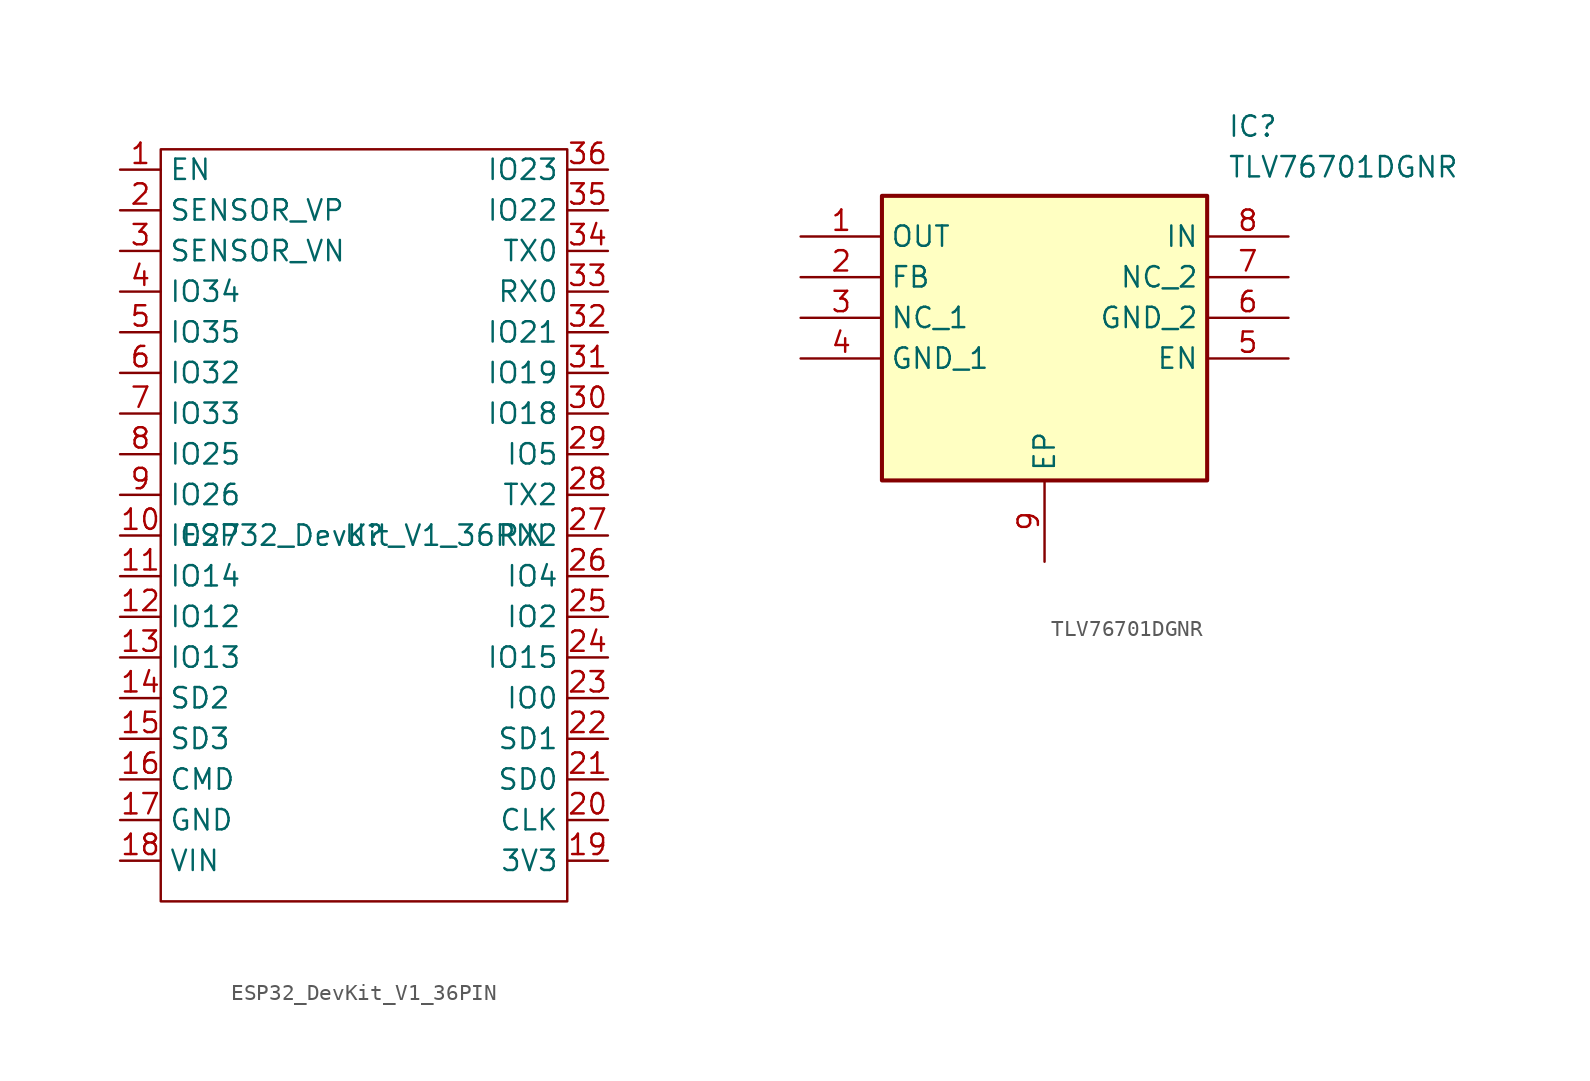
<source format=kicad_sym>
(kicad_symbol_lib
  (version 20220914)
  (generator kicad_symbol_editor)
  (symbol "ESP32_DevKit_V1_36PIN"
    (property "Reference" "U"
      (at 0 0 0)
      (effects (font (size 1.27 1.27))))
    (property "Value" "ESP32_DevKit_V1_36PIN"
      (at 0 0 0)
      (effects (font (size 1.27 1.27))))
    (symbol "ESP32_DevKit_V1_36PIN_0_0"
      (pin bidirectional line (at 15.24 17.78 180) (length 2.54) (name "TX0" (effects (font (size 1.27 1.27)))) (number "34" (effects (font (size 1.27 1.27)))))
      (pin bidirectional line (at 15.24 20.32 180) (length 2.54) (name "IO22" (effects (font (size 1.27 1.27)))) (number "35" (effects (font (size 1.27 1.27)))))
      (pin bidirectional line (at 15.24 22.86 180) (length 2.54) (name "IO23" (effects (font (size 1.27 1.27)))) (number "36" (effects (font (size 1.27 1.27))))))
    (symbol "ESP32_DevKit_V1_36PIN_0_1"
      (rectangle (start -12.7 24.13) (end 12.7 -22.86) (stroke (width 0) (type default)) (fill (type none))))
    (symbol "ESP32_DevKit_V1_36PIN_1_1"
      (pin input line (at -15.24 22.86 0) (length 2.54) (name "EN" (effects (font (size 1.27 1.27)))) (number "1" (effects (font (size 1.27 1.27)))))
      (pin bidirectional line (at -15.24 0 0) (length 2.54) (name "IO27" (effects (font (size 1.27 1.27)))) (number "10" (effects (font (size 1.27 1.27)))))
      (pin bidirectional line (at -15.24 -2.54 0) (length 2.54) (name "IO14" (effects (font (size 1.27 1.27)))) (number "11" (effects (font (size 1.27 1.27)))))
      (pin bidirectional line (at -15.24 -5.08 0) (length 2.54) (name "IO12" (effects (font (size 1.27 1.27)))) (number "12" (effects (font (size 1.27 1.27)))))
      (pin bidirectional line (at -15.24 -7.62 0) (length 2.54) (name "IO13" (effects (font (size 1.27 1.27)))) (number "13" (effects (font (size 1.27 1.27)))))
      (pin bidirectional line (at -15.24 -10.16 0) (length 2.54) (name "SD2" (effects (font (size 1.27 1.27)))) (number "14" (effects (font (size 1.27 1.27)))))
      (pin bidirectional line (at -15.24 -12.7 0) (length 2.54) (name "SD3" (effects (font (size 1.27 1.27)))) (number "15" (effects (font (size 1.27 1.27)))))
      (pin bidirectional line (at -15.24 -15.24 0) (length 2.54) (name "CMD" (effects (font (size 1.27 1.27)))) (number "16" (effects (font (size 1.27 1.27)))))
      (pin power_in line (at -15.24 -17.78 0) (length 2.54) (name "GND" (effects (font (size 1.27 1.27)))) (number "17" (effects (font (size 1.27 1.27)))))
      (pin power_in line (at -15.24 -20.32 0) (length 2.54) (name "VIN" (effects (font (size 1.27 1.27)))) (number "18" (effects (font (size 1.27 1.27)))))
      (pin power_in line (at 15.24 -20.32 180) (length 2.54) (name "3V3" (effects (font (size 1.27 1.27)))) (number "19" (effects (font (size 1.27 1.27)))))
      (pin input line (at -15.24 20.32 0) (length 2.54) (name "SENSOR_VP" (effects (font (size 1.27 1.27)))) (number "2" (effects (font (size 1.27 1.27)))))
      (pin bidirectional line (at 15.24 -17.78 180) (length 2.54) (name "CLK" (effects (font (size 1.27 1.27)))) (number "20" (effects (font (size 1.27 1.27)))))
      (pin bidirectional line (at 15.24 -15.24 180) (length 2.54) (name "SD0" (effects (font (size 1.27 1.27)))) (number "21" (effects (font (size 1.27 1.27)))))
      (pin bidirectional line (at 15.24 -12.7 180) (length 2.54) (name "SD1" (effects (font (size 1.27 1.27)))) (number "22" (effects (font (size 1.27 1.27)))))
      (pin bidirectional line (at 15.24 -10.16 180) (length 2.54) (name "IO0" (effects (font (size 1.27 1.27)))) (number "23" (effects (font (size 1.27 1.27)))))
      (pin bidirectional line (at 15.24 -7.62 180) (length 2.54) (name "IO15" (effects (font (size 1.27 1.27)))) (number "24" (effects (font (size 1.27 1.27)))))
      (pin bidirectional line (at 15.24 -5.08 180) (length 2.54) (name "IO2" (effects (font (size 1.27 1.27)))) (number "25" (effects (font (size 1.27 1.27)))))
      (pin bidirectional line (at 15.24 -2.54 180) (length 2.54) (name "IO4" (effects (font (size 1.27 1.27)))) (number "26" (effects (font (size 1.27 1.27)))))
      (pin bidirectional line (at 15.24 0 180) (length 2.54) (name "RX2" (effects (font (size 1.27 1.27)))) (number "27" (effects (font (size 1.27 1.27)))))
      (pin bidirectional line (at 15.24 2.54 180) (length 2.54) (name "TX2" (effects (font (size 1.27 1.27)))) (number "28" (effects (font (size 1.27 1.27)))))
      (pin bidirectional line (at 15.24 5.08 180) (length 2.54) (name "IO5" (effects (font (size 1.27 1.27)))) (number "29" (effects (font (size 1.27 1.27)))))
      (pin input line (at -15.24 17.78 0) (length 2.54) (name "SENSOR_VN" (effects (font (size 1.27 1.27)))) (number "3" (effects (font (size 1.27 1.27)))))
      (pin bidirectional line (at 15.24 7.62 180) (length 2.54) (name "IO18" (effects (font (size 1.27 1.27)))) (number "30" (effects (font (size 1.27 1.27)))))
      (pin bidirectional line (at 15.24 10.16 180) (length 2.54) (name "IO19" (effects (font (size 1.27 1.27)))) (number "31" (effects (font (size 1.27 1.27)))))
      (pin bidirectional line (at 15.24 12.7 180) (length 2.54) (name "IO21" (effects (font (size 1.27 1.27)))) (number "32" (effects (font (size 1.27 1.27)))))
      (pin bidirectional line (at 15.24 15.24 180) (length 2.54) (name "RX0" (effects (font (size 1.27 1.27)))) (number "33" (effects (font (size 1.27 1.27)))))
      (pin input line (at -15.24 15.24 0) (length 2.54) (name "IO34" (effects (font (size 1.27 1.27)))) (number "4" (effects (font (size 1.27 1.27)))))
      (pin input line (at -15.24 12.7 0) (length 2.54) (name "IO35" (effects (font (size 1.27 1.27)))) (number "5" (effects (font (size 1.27 1.27)))))
      (pin bidirectional line (at -15.24 10.16 0) (length 2.54) (name "IO32" (effects (font (size 1.27 1.27)))) (number "6" (effects (font (size 1.27 1.27)))))
      (pin bidirectional line (at -15.24 7.62 0) (length 2.54) (name "IO33" (effects (font (size 1.27 1.27)))) (number "7" (effects (font (size 1.27 1.27)))))
      (pin bidirectional line (at -15.24 5.08 0) (length 2.54) (name "IO25" (effects (font (size 1.27 1.27)))) (number "8" (effects (font (size 1.27 1.27)))))
      (pin bidirectional line (at -15.24 2.54 0) (length 2.54) (name "IO26" (effects (font (size 1.27 1.27)))) (number "9" (effects (font (size 1.27 1.27)))))))
  (symbol "TLV76701DGNR"
    (property "Reference" "IC"
      (at 26.67 7.62 0)
      (effects (font (size 1.27 1.27)) (justify left top)))
    (property "Value" "TLV76701DGNR"
      (at 26.67 5.08 0)
      (effects (font (size 1.27 1.27)) (justify left top)))
    (symbol "TLV76701DGNR_1_1"
      (rectangle (start 5.08 2.54) (end 25.4 -15.24) (stroke (width 0.254) (type default)) (fill (type background)))
      (pin passive line (at 0 0 0) (length 5.08) (name "OUT" (effects (font (size 1.27 1.27)))) (number "1" (effects (font (size 1.27 1.27)))))
      (pin passive line (at 0 -2.54 0) (length 5.08) (name "FB" (effects (font (size 1.27 1.27)))) (number "2" (effects (font (size 1.27 1.27)))))
      (pin passive line (at 0 -5.08 0) (length 5.08) (name "NC_1" (effects (font (size 1.27 1.27)))) (number "3" (effects (font (size 1.27 1.27)))))
      (pin passive line (at 0 -7.62 0) (length 5.08) (name "GND_1" (effects (font (size 1.27 1.27)))) (number "4" (effects (font (size 1.27 1.27)))))
      (pin passive line (at 30.48 -7.62 180) (length 5.08) (name "EN" (effects (font (size 1.27 1.27)))) (number "5" (effects (font (size 1.27 1.27)))))
      (pin passive line (at 30.48 -5.08 180) (length 5.08) (name "GND_2" (effects (font (size 1.27 1.27)))) (number "6" (effects (font (size 1.27 1.27)))))
      (pin passive line (at 30.48 -2.54 180) (length 5.08) (name "NC_2" (effects (font (size 1.27 1.27)))) (number "7" (effects (font (size 1.27 1.27)))))
      (pin passive line (at 30.48 0 180) (length 5.08) (name "IN" (effects (font (size 1.27 1.27)))) (number "8" (effects (font (size 1.27 1.27)))))
      (pin passive line (at 15.24 -20.32 90) (length 5.08) (name "EP" (effects (font (size 1.27 1.27)))) (number "9" (effects (font (size 1.27 1.27))))))))
</source>
